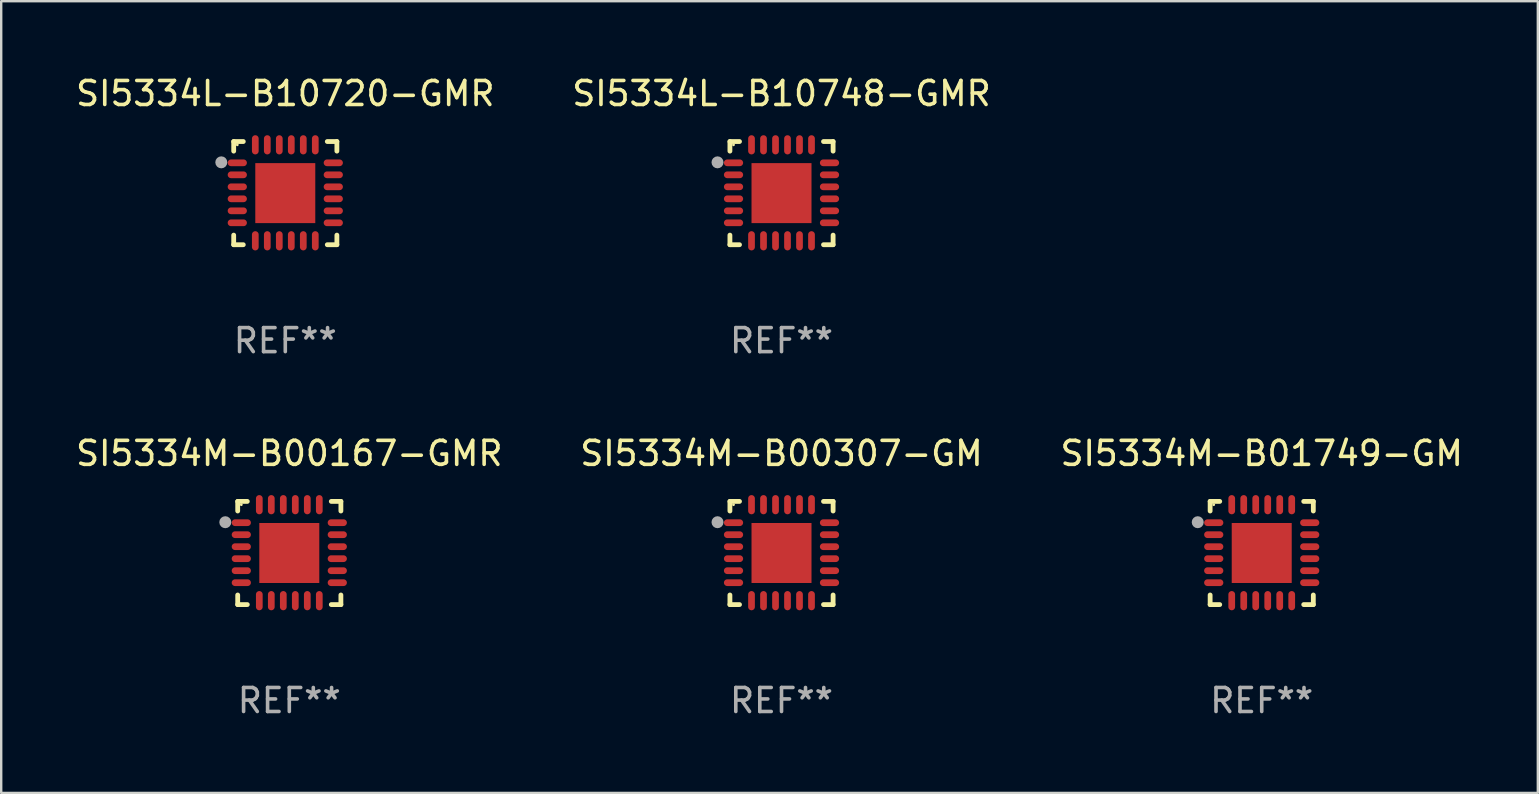
<source format=kicad_pcb>
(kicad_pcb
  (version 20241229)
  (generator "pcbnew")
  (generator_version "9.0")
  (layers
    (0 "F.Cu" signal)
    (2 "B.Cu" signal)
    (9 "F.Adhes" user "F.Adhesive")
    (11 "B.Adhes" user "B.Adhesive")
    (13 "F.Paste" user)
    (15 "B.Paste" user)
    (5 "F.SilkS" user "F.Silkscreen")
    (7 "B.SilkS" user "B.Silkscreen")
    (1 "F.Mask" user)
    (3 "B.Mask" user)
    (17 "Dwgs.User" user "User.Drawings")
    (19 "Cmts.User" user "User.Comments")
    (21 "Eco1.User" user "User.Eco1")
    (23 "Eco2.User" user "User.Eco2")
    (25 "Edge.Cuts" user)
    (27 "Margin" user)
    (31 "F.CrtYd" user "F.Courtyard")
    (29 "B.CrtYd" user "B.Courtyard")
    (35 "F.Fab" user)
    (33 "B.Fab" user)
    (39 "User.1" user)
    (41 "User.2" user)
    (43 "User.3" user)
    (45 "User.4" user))
  (footprint "SI5334L-B10748-GMR"
    (layer "F.Cu")
    (at 29.518 4.998)
    (property "Reference" "SI5334L-B10748-GMR" (at 0 -4.15 0) (layer "F.SilkS") (effects (font (size 1 1) (thickness 0.15))))
    (attr through_hole)
    (fp_line (start -2.15 -2.15) (end -1.75 -2.15) (stroke (width 0.2) (type solid)) (layer "F.SilkS"))
    (fp_line (start -2.15 -1.75) (end -2.15 -2.15) (stroke (width 0.2) (type solid)) (layer "F.SilkS"))
    (fp_line (start -2.15 2.15) (end -2.15 1.75) (stroke (width 0.2) (type solid)) (layer "F.SilkS"))
    (fp_line (start -1.75 2.15) (end -2.15 2.15) (stroke (width 0.2) (type solid)) (layer "F.SilkS"))
    (fp_line (start 1.75 -2.15) (end 2.15 -2.15) (stroke (width 0.2) (type solid)) (layer "F.SilkS"))
    (fp_line (start 1.75 2.15) (end 2.15 2.15) (stroke (width 0.2) (type solid)) (layer "F.SilkS"))
    (fp_line (start 2.15 -2.15) (end 2.15 -1.75) (stroke (width 0.2) (type solid)) (layer "F.SilkS"))
    (fp_line (start 2.15 2.15) (end 2.15 1.75) (stroke (width 0.2) (type solid)) (layer "F.SilkS"))
    (fp_circle (center -2 -2.013) (end -1.97 -2.013) (stroke (width 0.06) (type solid)) (fill no) (layer "F.SilkS"))
    (fp_circle (center -2.667 -1.283) (end -2.542 -1.283) (stroke (width 0.25) (type solid)) (fill no) (layer "F.Fab"))
    (fp_text user "REF**" (at 0 6.15 0) (layer "F.Fab") (effects (font (size 1 1) (thickness 0.15))))
    (pad "1" smd oval (at -2 -1.263) (size 0.8 0.28) (layers "F.Cu" "F.Mask" "F.Paste"))
    (pad "2" smd oval (at -2 -0.763) (size 0.8 0.28) (layers "F.Cu" "F.Mask" "F.Paste"))
    (pad "3" smd oval (at -2 -0.263) (size 0.8 0.28) (layers "F.Cu" "F.Mask" "F.Paste"))
    (pad "4" smd oval (at -2 0.237) (size 0.8 0.28) (layers "F.Cu" "F.Mask" "F.Paste"))
    (pad "5" smd oval (at -2 0.737) (size 0.8 0.28) (layers "F.Cu" "F.Mask" "F.Paste"))
    (pad "6" smd oval (at -2 1.237) (size 0.8 0.28) (layers "F.Cu" "F.Mask" "F.Paste"))
    (pad "7" smd oval (at -1.25 1.987) (size 0.28 0.8) (layers "F.Cu" "F.Mask" "F.Paste"))
    (pad "8" smd oval (at -0.75 1.987) (size 0.28 0.8) (layers "F.Cu" "F.Mask" "F.Paste"))
    (pad "9" smd oval (at -0.25 1.987) (size 0.28 0.8) (layers "F.Cu" "F.Mask" "F.Paste"))
    (pad "10" smd oval (at 0.25 1.987) (size 0.28 0.8) (layers "F.Cu" "F.Mask" "F.Paste"))
    (pad "11" smd oval (at 0.75 1.987) (size 0.28 0.8) (layers "F.Cu" "F.Mask" "F.Paste"))
    (pad "12" smd oval (at 1.25 1.987) (size 0.28 0.8) (layers "F.Cu" "F.Mask" "F.Paste"))
    (pad "13" smd oval (at 2 1.237) (size 0.8 0.28) (layers "F.Cu" "F.Mask" "F.Paste"))
    (pad "14" smd oval (at 2 0.737) (size 0.8 0.28) (layers "F.Cu" "F.Mask" "F.Paste"))
    (pad "15" smd oval (at 2 0.237) (size 0.8 0.28) (layers "F.Cu" "F.Mask" "F.Paste"))
    (pad "16" smd oval (at 2 -0.263) (size 0.8 0.28) (layers "F.Cu" "F.Mask" "F.Paste"))
    (pad "17" smd oval (at 2 -0.763) (size 0.8 0.28) (layers "F.Cu" "F.Mask" "F.Paste"))
    (pad "18" smd oval (at 2 -1.263) (size 0.8 0.28) (layers "F.Cu" "F.Mask" "F.Paste"))
    (pad "19" smd oval (at 1.25 -2.013) (size 0.28 0.8) (layers "F.Cu" "F.Mask" "F.Paste"))
    (pad "20" smd oval (at 0.75 -2.013) (size 0.28 0.8) (layers "F.Cu" "F.Mask" "F.Paste"))
    (pad "21" smd oval (at 0.25 -2.013) (size 0.28 0.8) (layers "F.Cu" "F.Mask" "F.Paste"))
    (pad "22" smd oval (at -0.25 -2.013) (size 0.28 0.8) (layers "F.Cu" "F.Mask" "F.Paste"))
    (pad "23" smd oval (at -0.75 -2.013) (size 0.28 0.8) (layers "F.Cu" "F.Mask" "F.Paste"))
    (pad "24" smd oval (at -1.25 -2.013) (size 0.28 0.8) (layers "F.Cu" "F.Mask" "F.Paste"))
    (pad "25" smd rect (at -0.000127 -0.00014) (size 2.5 2.5) (layers "F.Cu" "F.Mask" "F.Paste")))
  (footprint "SI5334M-B00167-GMR"
    (layer "F.Cu")
    (at 9.006 19.995)
    (property "Reference" "SI5334M-B00167-GMR" (at 0 -4.15 0) (layer "F.SilkS") (effects (font (size 1 1) (thickness 0.15))))
    (attr through_hole)
    (fp_line (start -2.15 -2.15) (end -1.75 -2.15) (stroke (width 0.2) (type solid)) (layer "F.SilkS"))
    (fp_line (start -2.15 -1.75) (end -2.15 -2.15) (stroke (width 0.2) (type solid)) (layer "F.SilkS"))
    (fp_line (start -2.15 2.15) (end -2.15 1.75) (stroke (width 0.2) (type solid)) (layer "F.SilkS"))
    (fp_line (start -1.75 2.15) (end -2.15 2.15) (stroke (width 0.2) (type solid)) (layer "F.SilkS"))
    (fp_line (start 1.75 -2.15) (end 2.15 -2.15) (stroke (width 0.2) (type solid)) (layer "F.SilkS"))
    (fp_line (start 1.75 2.15) (end 2.15 2.15) (stroke (width 0.2) (type solid)) (layer "F.SilkS"))
    (fp_line (start 2.15 -2.15) (end 2.15 -1.75) (stroke (width 0.2) (type solid)) (layer "F.SilkS"))
    (fp_line (start 2.15 2.15) (end 2.15 1.75) (stroke (width 0.2) (type solid)) (layer "F.SilkS"))
    (fp_circle (center -2 -2.013) (end -1.97 -2.013) (stroke (width 0.06) (type solid)) (fill no) (layer "F.SilkS"))
    (fp_circle (center -2.667 -1.283) (end -2.542 -1.283) (stroke (width 0.25) (type solid)) (fill no) (layer "F.Fab"))
    (fp_text user "REF**" (at 0 6.15 0) (layer "F.Fab") (effects (font (size 1 1) (thickness 0.15))))
    (pad "1" smd oval (at -2 -1.263) (size 0.8 0.28) (layers "F.Cu" "F.Mask" "F.Paste"))
    (pad "2" smd oval (at -2 -0.763) (size 0.8 0.28) (layers "F.Cu" "F.Mask" "F.Paste"))
    (pad "3" smd oval (at -2 -0.263) (size 0.8 0.28) (layers "F.Cu" "F.Mask" "F.Paste"))
    (pad "4" smd oval (at -2 0.237) (size 0.8 0.28) (layers "F.Cu" "F.Mask" "F.Paste"))
    (pad "5" smd oval (at -2 0.737) (size 0.8 0.28) (layers "F.Cu" "F.Mask" "F.Paste"))
    (pad "6" smd oval (at -2 1.237) (size 0.8 0.28) (layers "F.Cu" "F.Mask" "F.Paste"))
    (pad "7" smd oval (at -1.25 1.987) (size 0.28 0.8) (layers "F.Cu" "F.Mask" "F.Paste"))
    (pad "8" smd oval (at -0.75 1.987) (size 0.28 0.8) (layers "F.Cu" "F.Mask" "F.Paste"))
    (pad "9" smd oval (at -0.25 1.987) (size 0.28 0.8) (layers "F.Cu" "F.Mask" "F.Paste"))
    (pad "10" smd oval (at 0.25 1.987) (size 0.28 0.8) (layers "F.Cu" "F.Mask" "F.Paste"))
    (pad "11" smd oval (at 0.75 1.987) (size 0.28 0.8) (layers "F.Cu" "F.Mask" "F.Paste"))
    (pad "12" smd oval (at 1.25 1.987) (size 0.28 0.8) (layers "F.Cu" "F.Mask" "F.Paste"))
    (pad "13" smd oval (at 2 1.237) (size 0.8 0.28) (layers "F.Cu" "F.Mask" "F.Paste"))
    (pad "14" smd oval (at 2 0.737) (size 0.8 0.28) (layers "F.Cu" "F.Mask" "F.Paste"))
    (pad "15" smd oval (at 2 0.237) (size 0.8 0.28) (layers "F.Cu" "F.Mask" "F.Paste"))
    (pad "16" smd oval (at 2 -0.263) (size 0.8 0.28) (layers "F.Cu" "F.Mask" "F.Paste"))
    (pad "17" smd oval (at 2 -0.763) (size 0.8 0.28) (layers "F.Cu" "F.Mask" "F.Paste"))
    (pad "18" smd oval (at 2 -1.263) (size 0.8 0.28) (layers "F.Cu" "F.Mask" "F.Paste"))
    (pad "19" smd oval (at 1.25 -2.013) (size 0.28 0.8) (layers "F.Cu" "F.Mask" "F.Paste"))
    (pad "20" smd oval (at 0.75 -2.013) (size 0.28 0.8) (layers "F.Cu" "F.Mask" "F.Paste"))
    (pad "21" smd oval (at 0.25 -2.013) (size 0.28 0.8) (layers "F.Cu" "F.Mask" "F.Paste"))
    (pad "22" smd oval (at -0.25 -2.013) (size 0.28 0.8) (layers "F.Cu" "F.Mask" "F.Paste"))
    (pad "23" smd oval (at -0.75 -2.013) (size 0.28 0.8) (layers "F.Cu" "F.Mask" "F.Paste"))
    (pad "24" smd oval (at -1.25 -2.013) (size 0.28 0.8) (layers "F.Cu" "F.Mask" "F.Paste"))
    (pad "25" smd rect (at -0.000127 -0.00014) (size 2.5 2.5) (layers "F.Cu" "F.Mask" "F.Paste")))
  (footprint "SI5334M-B00307-GM"
    (layer "F.Cu")
    (at 29.518 19.995)
    (property "Reference" "SI5334M-B00307-GM" (at 0 -4.15 0) (layer "F.SilkS") (effects (font (size 1 1) (thickness 0.15))))
    (attr through_hole)
    (fp_line (start -2.15 -2.15) (end -1.75 -2.15) (stroke (width 0.2) (type solid)) (layer "F.SilkS"))
    (fp_line (start -2.15 -1.75) (end -2.15 -2.15) (stroke (width 0.2) (type solid)) (layer "F.SilkS"))
    (fp_line (start -2.15 2.15) (end -2.15 1.75) (stroke (width 0.2) (type solid)) (layer "F.SilkS"))
    (fp_line (start -1.75 2.15) (end -2.15 2.15) (stroke (width 0.2) (type solid)) (layer "F.SilkS"))
    (fp_line (start 1.75 -2.15) (end 2.15 -2.15) (stroke (width 0.2) (type solid)) (layer "F.SilkS"))
    (fp_line (start 1.75 2.15) (end 2.15 2.15) (stroke (width 0.2) (type solid)) (layer "F.SilkS"))
    (fp_line (start 2.15 -2.15) (end 2.15 -1.75) (stroke (width 0.2) (type solid)) (layer "F.SilkS"))
    (fp_line (start 2.15 2.15) (end 2.15 1.75) (stroke (width 0.2) (type solid)) (layer "F.SilkS"))
    (fp_circle (center -2 -2.013) (end -1.97 -2.013) (stroke (width 0.06) (type solid)) (fill no) (layer "F.SilkS"))
    (fp_circle (center -2.667 -1.283) (end -2.542 -1.283) (stroke (width 0.25) (type solid)) (fill no) (layer "F.Fab"))
    (fp_text user "REF**" (at 0 6.15 0) (layer "F.Fab") (effects (font (size 1 1) (thickness 0.15))))
    (pad "1" smd oval (at -2 -1.263) (size 0.8 0.28) (layers "F.Cu" "F.Mask" "F.Paste"))
    (pad "2" smd oval (at -2 -0.763) (size 0.8 0.28) (layers "F.Cu" "F.Mask" "F.Paste"))
    (pad "3" smd oval (at -2 -0.263) (size 0.8 0.28) (layers "F.Cu" "F.Mask" "F.Paste"))
    (pad "4" smd oval (at -2 0.237) (size 0.8 0.28) (layers "F.Cu" "F.Mask" "F.Paste"))
    (pad "5" smd oval (at -2 0.737) (size 0.8 0.28) (layers "F.Cu" "F.Mask" "F.Paste"))
    (pad "6" smd oval (at -2 1.237) (size 0.8 0.28) (layers "F.Cu" "F.Mask" "F.Paste"))
    (pad "7" smd oval (at -1.25 1.987) (size 0.28 0.8) (layers "F.Cu" "F.Mask" "F.Paste"))
    (pad "8" smd oval (at -0.75 1.987) (size 0.28 0.8) (layers "F.Cu" "F.Mask" "F.Paste"))
    (pad "9" smd oval (at -0.25 1.987) (size 0.28 0.8) (layers "F.Cu" "F.Mask" "F.Paste"))
    (pad "10" smd oval (at 0.25 1.987) (size 0.28 0.8) (layers "F.Cu" "F.Mask" "F.Paste"))
    (pad "11" smd oval (at 0.75 1.987) (size 0.28 0.8) (layers "F.Cu" "F.Mask" "F.Paste"))
    (pad "12" smd oval (at 1.25 1.987) (size 0.28 0.8) (layers "F.Cu" "F.Mask" "F.Paste"))
    (pad "13" smd oval (at 2 1.237) (size 0.8 0.28) (layers "F.Cu" "F.Mask" "F.Paste"))
    (pad "14" smd oval (at 2 0.737) (size 0.8 0.28) (layers "F.Cu" "F.Mask" "F.Paste"))
    (pad "15" smd oval (at 2 0.237) (size 0.8 0.28) (layers "F.Cu" "F.Mask" "F.Paste"))
    (pad "16" smd oval (at 2 -0.263) (size 0.8 0.28) (layers "F.Cu" "F.Mask" "F.Paste"))
    (pad "17" smd oval (at 2 -0.763) (size 0.8 0.28) (layers "F.Cu" "F.Mask" "F.Paste"))
    (pad "18" smd oval (at 2 -1.263) (size 0.8 0.28) (layers "F.Cu" "F.Mask" "F.Paste"))
    (pad "19" smd oval (at 1.25 -2.013) (size 0.28 0.8) (layers "F.Cu" "F.Mask" "F.Paste"))
    (pad "20" smd oval (at 0.75 -2.013) (size 0.28 0.8) (layers "F.Cu" "F.Mask" "F.Paste"))
    (pad "21" smd oval (at 0.25 -2.013) (size 0.28 0.8) (layers "F.Cu" "F.Mask" "F.Paste"))
    (pad "22" smd oval (at -0.25 -2.013) (size 0.28 0.8) (layers "F.Cu" "F.Mask" "F.Paste"))
    (pad "23" smd oval (at -0.75 -2.013) (size 0.28 0.8) (layers "F.Cu" "F.Mask" "F.Paste"))
    (pad "24" smd oval (at -1.25 -2.013) (size 0.28 0.8) (layers "F.Cu" "F.Mask" "F.Paste"))
    (pad "25" smd rect (at -0.000127 -0.00014) (size 2.5 2.5) (layers "F.Cu" "F.Mask" "F.Paste")))
  (footprint "SI5334L-B10720-GMR"
    (layer "F.Cu")
    (at 8.839 4.998)
    (property "Reference" "SI5334L-B10720-GMR" (at 0 -4.15 0) (layer "F.SilkS") (effects (font (size 1 1) (thickness 0.15))))
    (attr through_hole)
    (fp_line (start -2.15 -2.15) (end -1.75 -2.15) (stroke (width 0.2) (type solid)) (layer "F.SilkS"))
    (fp_line (start -2.15 -1.75) (end -2.15 -2.15) (stroke (width 0.2) (type solid)) (layer "F.SilkS"))
    (fp_line (start -2.15 2.15) (end -2.15 1.75) (stroke (width 0.2) (type solid)) (layer "F.SilkS"))
    (fp_line (start -1.75 2.15) (end -2.15 2.15) (stroke (width 0.2) (type solid)) (layer "F.SilkS"))
    (fp_line (start 1.75 -2.15) (end 2.15 -2.15) (stroke (width 0.2) (type solid)) (layer "F.SilkS"))
    (fp_line (start 1.75 2.15) (end 2.15 2.15) (stroke (width 0.2) (type solid)) (layer "F.SilkS"))
    (fp_line (start 2.15 -2.15) (end 2.15 -1.75) (stroke (width 0.2) (type solid)) (layer "F.SilkS"))
    (fp_line (start 2.15 2.15) (end 2.15 1.75) (stroke (width 0.2) (type solid)) (layer "F.SilkS"))
    (fp_circle (center -2 -2.013) (end -1.97 -2.013) (stroke (width 0.06) (type solid)) (fill no) (layer "F.SilkS"))
    (fp_circle (center -2.667 -1.283) (end -2.542 -1.283) (stroke (width 0.25) (type solid)) (fill no) (layer "F.Fab"))
    (fp_text user "REF**" (at 0 6.15 0) (layer "F.Fab") (effects (font (size 1 1) (thickness 0.15))))
    (pad "1" smd oval (at -2 -1.263) (size 0.8 0.28) (layers "F.Cu" "F.Mask" "F.Paste"))
    (pad "2" smd oval (at -2 -0.763) (size 0.8 0.28) (layers "F.Cu" "F.Mask" "F.Paste"))
    (pad "3" smd oval (at -2 -0.263) (size 0.8 0.28) (layers "F.Cu" "F.Mask" "F.Paste"))
    (pad "4" smd oval (at -2 0.237) (size 0.8 0.28) (layers "F.Cu" "F.Mask" "F.Paste"))
    (pad "5" smd oval (at -2 0.737) (size 0.8 0.28) (layers "F.Cu" "F.Mask" "F.Paste"))
    (pad "6" smd oval (at -2 1.237) (size 0.8 0.28) (layers "F.Cu" "F.Mask" "F.Paste"))
    (pad "7" smd oval (at -1.25 1.987) (size 0.28 0.8) (layers "F.Cu" "F.Mask" "F.Paste"))
    (pad "8" smd oval (at -0.75 1.987) (size 0.28 0.8) (layers "F.Cu" "F.Mask" "F.Paste"))
    (pad "9" smd oval (at -0.25 1.987) (size 0.28 0.8) (layers "F.Cu" "F.Mask" "F.Paste"))
    (pad "10" smd oval (at 0.25 1.987) (size 0.28 0.8) (layers "F.Cu" "F.Mask" "F.Paste"))
    (pad "11" smd oval (at 0.75 1.987) (size 0.28 0.8) (layers "F.Cu" "F.Mask" "F.Paste"))
    (pad "12" smd oval (at 1.25 1.987) (size 0.28 0.8) (layers "F.Cu" "F.Mask" "F.Paste"))
    (pad "13" smd oval (at 2 1.237) (size 0.8 0.28) (layers "F.Cu" "F.Mask" "F.Paste"))
    (pad "14" smd oval (at 2 0.737) (size 0.8 0.28) (layers "F.Cu" "F.Mask" "F.Paste"))
    (pad "15" smd oval (at 2 0.237) (size 0.8 0.28) (layers "F.Cu" "F.Mask" "F.Paste"))
    (pad "16" smd oval (at 2 -0.263) (size 0.8 0.28) (layers "F.Cu" "F.Mask" "F.Paste"))
    (pad "17" smd oval (at 2 -0.763) (size 0.8 0.28) (layers "F.Cu" "F.Mask" "F.Paste"))
    (pad "18" smd oval (at 2 -1.263) (size 0.8 0.28) (layers "F.Cu" "F.Mask" "F.Paste"))
    (pad "19" smd oval (at 1.25 -2.013) (size 0.28 0.8) (layers "F.Cu" "F.Mask" "F.Paste"))
    (pad "20" smd oval (at 0.75 -2.013) (size 0.28 0.8) (layers "F.Cu" "F.Mask" "F.Paste"))
    (pad "21" smd oval (at 0.25 -2.013) (size 0.28 0.8) (layers "F.Cu" "F.Mask" "F.Paste"))
    (pad "22" smd oval (at -0.25 -2.013) (size 0.28 0.8) (layers "F.Cu" "F.Mask" "F.Paste"))
    (pad "23" smd oval (at -0.75 -2.013) (size 0.28 0.8) (layers "F.Cu" "F.Mask" "F.Paste"))
    (pad "24" smd oval (at -1.25 -2.013) (size 0.28 0.8) (layers "F.Cu" "F.Mask" "F.Paste"))
    (pad "25" smd rect (at -0.000127 -0.00014) (size 2.5 2.5) (layers "F.Cu" "F.Mask" "F.Paste")))
  (footprint "SI5334M-B01749-GM"
    (layer "F.Cu")
    (at 49.53 19.995)
    (property "Reference" "SI5334M-B01749-GM" (at 0 -4.15 0) (layer "F.SilkS") (effects (font (size 1 1) (thickness 0.15))))
    (attr through_hole)
    (fp_line (start -2.15 -2.15) (end -1.75 -2.15) (stroke (width 0.2) (type solid)) (layer "F.SilkS"))
    (fp_line (start -2.15 -1.75) (end -2.15 -2.15) (stroke (width 0.2) (type solid)) (layer "F.SilkS"))
    (fp_line (start -2.15 2.15) (end -2.15 1.75) (stroke (width 0.2) (type solid)) (layer "F.SilkS"))
    (fp_line (start -1.75 2.15) (end -2.15 2.15) (stroke (width 0.2) (type solid)) (layer "F.SilkS"))
    (fp_line (start 1.75 -2.15) (end 2.15 -2.15) (stroke (width 0.2) (type solid)) (layer "F.SilkS"))
    (fp_line (start 1.75 2.15) (end 2.15 2.15) (stroke (width 0.2) (type solid)) (layer "F.SilkS"))
    (fp_line (start 2.15 -2.15) (end 2.15 -1.75) (stroke (width 0.2) (type solid)) (layer "F.SilkS"))
    (fp_line (start 2.15 2.15) (end 2.15 1.75) (stroke (width 0.2) (type solid)) (layer "F.SilkS"))
    (fp_circle (center -2 -2.013) (end -1.97 -2.013) (stroke (width 0.06) (type solid)) (fill no) (layer "F.SilkS"))
    (fp_circle (center -2.667 -1.283) (end -2.542 -1.283) (stroke (width 0.25) (type solid)) (fill no) (layer "F.Fab"))
    (fp_text user "REF**" (at 0 6.15 0) (layer "F.Fab") (effects (font (size 1 1) (thickness 0.15))))
    (pad "1" smd oval (at -2 -1.263) (size 0.8 0.28) (layers "F.Cu" "F.Mask" "F.Paste"))
    (pad "2" smd oval (at -2 -0.763) (size 0.8 0.28) (layers "F.Cu" "F.Mask" "F.Paste"))
    (pad "3" smd oval (at -2 -0.263) (size 0.8 0.28) (layers "F.Cu" "F.Mask" "F.Paste"))
    (pad "4" smd oval (at -2 0.237) (size 0.8 0.28) (layers "F.Cu" "F.Mask" "F.Paste"))
    (pad "5" smd oval (at -2 0.737) (size 0.8 0.28) (layers "F.Cu" "F.Mask" "F.Paste"))
    (pad "6" smd oval (at -2 1.237) (size 0.8 0.28) (layers "F.Cu" "F.Mask" "F.Paste"))
    (pad "7" smd oval (at -1.25 1.987) (size 0.28 0.8) (layers "F.Cu" "F.Mask" "F.Paste"))
    (pad "8" smd oval (at -0.75 1.987) (size 0.28 0.8) (layers "F.Cu" "F.Mask" "F.Paste"))
    (pad "9" smd oval (at -0.25 1.987) (size 0.28 0.8) (layers "F.Cu" "F.Mask" "F.Paste"))
    (pad "10" smd oval (at 0.25 1.987) (size 0.28 0.8) (layers "F.Cu" "F.Mask" "F.Paste"))
    (pad "11" smd oval (at 0.75 1.987) (size 0.28 0.8) (layers "F.Cu" "F.Mask" "F.Paste"))
    (pad "12" smd oval (at 1.25 1.987) (size 0.28 0.8) (layers "F.Cu" "F.Mask" "F.Paste"))
    (pad "13" smd oval (at 2 1.237) (size 0.8 0.28) (layers "F.Cu" "F.Mask" "F.Paste"))
    (pad "14" smd oval (at 2 0.737) (size 0.8 0.28) (layers "F.Cu" "F.Mask" "F.Paste"))
    (pad "15" smd oval (at 2 0.237) (size 0.8 0.28) (layers "F.Cu" "F.Mask" "F.Paste"))
    (pad "16" smd oval (at 2 -0.263) (size 0.8 0.28) (layers "F.Cu" "F.Mask" "F.Paste"))
    (pad "17" smd oval (at 2 -0.763) (size 0.8 0.28) (layers "F.Cu" "F.Mask" "F.Paste"))
    (pad "18" smd oval (at 2 -1.263) (size 0.8 0.28) (layers "F.Cu" "F.Mask" "F.Paste"))
    (pad "19" smd oval (at 1.25 -2.013) (size 0.28 0.8) (layers "F.Cu" "F.Mask" "F.Paste"))
    (pad "20" smd oval (at 0.75 -2.013) (size 0.28 0.8) (layers "F.Cu" "F.Mask" "F.Paste"))
    (pad "21" smd oval (at 0.25 -2.013) (size 0.28 0.8) (layers "F.Cu" "F.Mask" "F.Paste"))
    (pad "22" smd oval (at -0.25 -2.013) (size 0.28 0.8) (layers "F.Cu" "F.Mask" "F.Paste"))
    (pad "23" smd oval (at -0.75 -2.013) (size 0.28 0.8) (layers "F.Cu" "F.Mask" "F.Paste"))
    (pad "24" smd oval (at -1.25 -2.013) (size 0.28 0.8) (layers "F.Cu" "F.Mask" "F.Paste"))
    (pad "25" smd rect (at -0.000127 -0.00014) (size 2.5 2.5) (layers "F.Cu" "F.Mask" "F.Paste")))
  (gr_rect
    (start -3 -3)
    (end 61.036 29.993)
    (stroke (width 0.1) (type default))
    (fill no)
    (layer "Edge.Cuts")))
</source>
